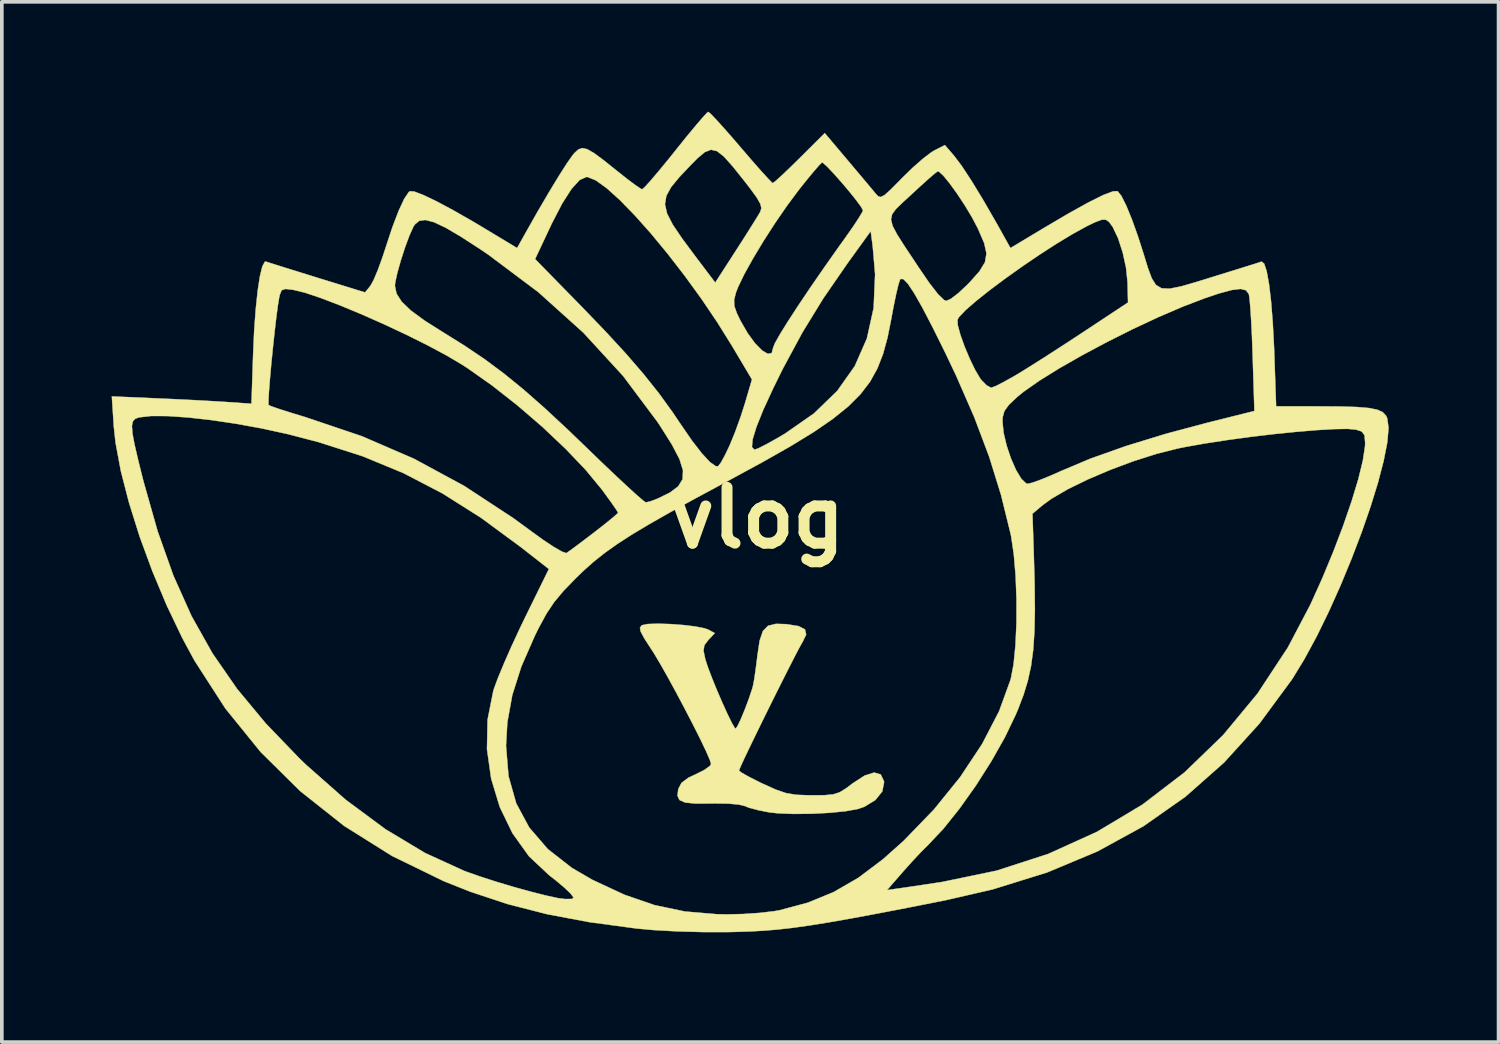
<source format=kicad_pcb>
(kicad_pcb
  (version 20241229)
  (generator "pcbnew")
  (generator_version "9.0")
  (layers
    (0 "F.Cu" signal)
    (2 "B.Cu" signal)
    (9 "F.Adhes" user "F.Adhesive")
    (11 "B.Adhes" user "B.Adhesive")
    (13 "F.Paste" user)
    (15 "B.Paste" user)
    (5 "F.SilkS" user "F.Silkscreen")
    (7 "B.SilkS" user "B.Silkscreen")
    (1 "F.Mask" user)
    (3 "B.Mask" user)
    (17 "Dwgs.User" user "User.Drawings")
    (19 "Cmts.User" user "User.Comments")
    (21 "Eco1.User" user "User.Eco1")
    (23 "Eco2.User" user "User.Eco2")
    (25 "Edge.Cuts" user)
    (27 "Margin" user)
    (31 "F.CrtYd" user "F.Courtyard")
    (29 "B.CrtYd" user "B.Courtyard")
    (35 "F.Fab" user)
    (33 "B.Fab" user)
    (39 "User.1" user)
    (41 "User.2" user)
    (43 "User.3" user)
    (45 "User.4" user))
  (footprint "vlog"
    (layer "F.Cu")
    (at 17.642 11.096)
    (property "Reference" "vlog" (at 0 0 0) (layer "F.SilkS") (effects (font (size 1.524 1.524) (thickness 0.3))))
    (attr through_hole)
    (fp_poly (pts (xy -2.385 2.899) (xy -2.025 2.926) (xy -1.695 2.966) (xy -1.444 3.016) (xy -1.352 3.049) (xy -1.169 3.147) (xy -1.345 3.334) (xy -1.454 3.478) (xy -1.477 3.628) (xy -1.429 3.856) (xy -1.358 4.076) (xy -1.245 4.373) (xy -1.108 4.71) (xy -0.961 5.051) (xy -0.82 5.36) (xy -0.702 5.602) (xy -0.621 5.739) (xy -0.6 5.757) (xy -0.548 5.685) (xy -0.458 5.497) (xy -0.351 5.239) (xy -0.244 4.956) (xy -0.155 4.692) (xy -0.128 4.601) (xy -0.095 4.43) (xy -0.053 4.148) (xy -0.01 3.81) (xy -0.004 3.759) (xy 0.056 3.353) (xy 0.145 3.091) (xy 0.286 2.946) (xy 0.504 2.893) (xy 0.788 2.902) (xy 1.119 2.955) (xy 1.295 3.045) (xy 1.327 3.185) (xy 1.24 3.367) (xy 1.164 3.501) (xy 1.032 3.751) (xy 0.858 4.092) (xy 0.654 4.496) (xy 0.433 4.938) (xy 0.209 5.391) (xy -0.005 5.829) (xy -0.197 6.224) (xy -0.354 6.552) (xy -0.461 6.785) (xy -0.507 6.898) (xy -0.508 6.902) (xy -0.437 6.958) (xy -0.247 7.065) (xy 0.026 7.204) (xy 0.148 7.263) (xy 0.501 7.422) (xy 0.777 7.516) (xy 1.048 7.562) (xy 1.387 7.576) (xy 1.49 7.576) (xy 1.836 7.573) (xy 2.07 7.55) (xy 2.247 7.492) (xy 2.424 7.381) (xy 2.588 7.256) (xy 2.921 7.039) (xy 3.183 6.955) (xy 3.363 7.006) (xy 3.452 7.191) (xy 3.456 7.216) (xy 3.406 7.472) (xy 3.217 7.706) (xy 2.918 7.889) (xy 2.74 7.95) (xy 2.412 8.01) (xy 1.973 8.054) (xy 1.478 8.08) (xy 0.984 8.085) (xy 0.549 8.067) (xy 0.318 8.042) (xy 0.018 7.983) (xy -0.235 7.915) (xy -0.343 7.871) (xy -0.513 7.829) (xy -0.805 7.803) (xy -1.175 7.798) (xy -1.276 7.8) (xy -1.699 7.802) (xy -1.978 7.774) (xy -2.133 7.705) (xy -2.188 7.586) (xy -2.166 7.406) (xy -2.078 7.237) (xy -1.886 7.094) (xy -1.689 7.002) (xy -1.456 6.885) (xy -1.303 6.775) (xy -1.27 6.72) (xy -1.309 6.596) (xy -1.416 6.352) (xy -1.577 6.017) (xy -1.777 5.619) (xy -2.002 5.187) (xy -2.235 4.747) (xy -2.464 4.329) (xy -2.673 3.961) (xy -2.847 3.67) (xy -2.907 3.579) (xy -3.094 3.29) (xy -3.192 3.107) (xy -3.213 3) (xy -3.168 2.938) (xy -3.155 2.93) (xy -3 2.898) (xy -2.727 2.889) (xy -2.385 2.899)) (stroke (width 0.01) (type solid)) (fill yes) (layer "F.SilkS"))
    (fp_poly (pts (xy -1.274 -11.03) (xy -1.114 -10.862) (xy -0.885 -10.608) (xy -0.609 -10.292) (xy -0.46 -10.118) (xy -0.169 -9.779) (xy 0.083 -9.492) (xy 0.278 -9.278) (xy 0.393 -9.16) (xy 0.415 -9.144) (xy 0.49 -9.2) (xy 0.659 -9.353) (xy 0.895 -9.578) (xy 1.149 -9.827) (xy 1.835 -10.51) (xy 2.463 -9.766) (xy 2.727 -9.452) (xy 2.964 -9.171) (xy 3.143 -8.957) (xy 3.228 -8.854) (xy 3.296 -8.783) (xy 3.366 -8.765) (xy 3.466 -8.816) (xy 3.621 -8.954) (xy 3.858 -9.192) (xy 3.948 -9.284) (xy 4.233 -9.563) (xy 4.512 -9.808) (xy 4.741 -9.983) (xy 4.823 -10.033) (xy 5.116 -10.183) (xy 5.373 -9.884) (xy 5.575 -9.616) (xy 5.842 -9.21) (xy 6.165 -8.679) (xy 6.535 -8.037) (xy 6.66 -7.813) (xy 6.907 -7.371) (xy 7.835 -7.928) (xy 8.508 -8.324) (xy 9.046 -8.622) (xy 9.447 -8.821) (xy 9.711 -8.92) (xy 9.834 -8.924) (xy 9.936 -8.796) (xy 10.07 -8.529) (xy 10.226 -8.149) (xy 10.393 -7.681) (xy 10.541 -7.219) (xy 10.661 -6.828) (xy 10.766 -6.545) (xy 10.881 -6.363) (xy 11.035 -6.272) (xy 11.253 -6.261) (xy 11.561 -6.322) (xy 11.987 -6.445) (xy 12.377 -6.566) (xy 12.823 -6.704) (xy 13.215 -6.826) (xy 13.523 -6.922) (xy 13.717 -6.984) (xy 13.766 -7.001) (xy 13.837 -6.945) (xy 13.906 -6.736) (xy 13.969 -6.388) (xy 14.025 -5.917) (xy 14.071 -5.337) (xy 14.107 -4.664) (xy 14.114 -4.466) (xy 14.163 -3.048) (xy 15.315 -3.047) (xy 15.917 -3.043) (xy 16.372 -3.029) (xy 16.701 -3.001) (xy 16.928 -2.955) (xy 17.075 -2.888) (xy 17.163 -2.796) (xy 17.198 -2.723) (xy 17.234 -2.456) (xy 17.199 -2.06) (xy 17.1 -1.557) (xy 16.946 -0.966) (xy 16.743 -0.309) (xy 16.499 0.394) (xy 16.222 1.12) (xy 15.92 1.851) (xy 15.6 2.564) (xy 15.27 3.239) (xy 14.937 3.854) (xy 14.61 4.39) (xy 14.588 4.422) (xy 13.705 5.62) (xy 12.741 6.682) (xy 11.687 7.614) (xy 10.537 8.422) (xy 9.28 9.11) (xy 7.91 9.683) (xy 6.418 10.147) (xy 5.122 10.445) (xy 4.13 10.641) (xy 3.284 10.804) (xy 2.564 10.938) (xy 1.949 11.046) (xy 1.421 11.131) (xy 0.958 11.196) (xy 0.542 11.243) (xy 0.152 11.275) (xy -0.232 11.296) (xy -0.629 11.308) (xy -0.804 11.312) (xy -1.49 11.312) (xy -2.19 11.293) (xy -2.84 11.257) (xy -3.301 11.215) (xy -4.59 11.042) (xy -5.752 10.823) (xy -6.825 10.548) (xy -7.848 10.209) (xy -8.574 9.92) (xy -9.986 9.232) (xy -11.293 8.412) (xy -12.49 7.464) (xy -13.573 6.394) (xy -14.537 5.204) (xy -15.378 3.9) (xy -15.709 3.288) (xy -16.139 2.389) (xy -16.532 1.451) (xy -16.879 0.507) (xy -17.168 -0.414) (xy -17.391 -1.278) (xy -17.536 -2.055) (xy -17.585 -2.511) (xy -17.089 -2.511) (xy -17.075 -2.314) (xy -17.021 -2.022) (xy -16.926 -1.611) (xy -16.789 -1.061) (xy -16.771 -0.992) (xy -16.388 0.36) (xy -15.957 1.574) (xy -15.462 2.678) (xy -14.888 3.7) (xy -14.217 4.669) (xy -13.433 5.613) (xy -12.521 6.561) (xy -12.327 6.748) (xy -11.249 7.699) (xy -10.163 8.503) (xy -9.08 9.153) (xy -8.01 9.642) (xy -7.959 9.661) (xy -7.569 9.798) (xy -7.119 9.943) (xy -6.645 10.084) (xy -6.184 10.211) (xy -5.774 10.315) (xy -5.451 10.385) (xy -5.257 10.41) (xy -5.068 10.407) (xy -5.025 10.369) (xy -5.102 10.267) (xy -5.125 10.242) (xy -5.278 10.097) (xy -5.509 9.902) (xy -5.698 9.755) (xy -6.244 9.242) (xy -6.695 8.612) (xy -7.042 7.896) (xy -7.277 7.12) (xy -7.391 6.316) (xy -7.389 6.224) (xy -6.871 6.224) (xy -6.803 7.051) (xy -6.593 7.794) (xy -6.237 8.456) (xy -5.732 9.043) (xy -5.074 9.558) (xy -4.512 9.885) (xy -3.635 10.293) (xy -2.809 10.577) (xy -1.984 10.75) (xy -1.111 10.824) (xy -0.847 10.829) (xy -0.397 10.819) (xy 0.061 10.788) (xy 0.458 10.741) (xy 0.608 10.714) (xy 1.376 10.508) (xy 2.079 10.219) (xy 2.172 10.165) (xy 3.535 10.165) (xy 3.905 10.113) (xy 4.163 10.075) (xy 4.522 10.022) (xy 4.917 9.962) (xy 5.038 9.944) (xy 6.527 9.635) (xy 7.94 9.177) (xy 9.271 8.573) (xy 10.514 7.829) (xy 11.663 6.949) (xy 12.711 5.937) (xy 13.654 4.799) (xy 14.484 3.538) (xy 15.099 2.368) (xy 15.424 1.648) (xy 15.726 0.92) (xy 15.996 0.21) (xy 16.226 -0.458) (xy 16.408 -1.058) (xy 16.532 -1.565) (xy 16.591 -1.954) (xy 16.595 -2.046) (xy 16.578 -2.258) (xy 16.499 -2.362) (xy 16.343 -2.412) (xy 16.115 -2.432) (xy 15.748 -2.426) (xy 15.27 -2.398) (xy 14.71 -2.351) (xy 14.097 -2.289) (xy 13.458 -2.213) (xy 12.822 -2.126) (xy 12.218 -2.033) (xy 11.672 -1.936) (xy 11.484 -1.898) (xy 10.903 -1.752) (xy 10.274 -1.552) (xy 9.636 -1.314) (xy 9.025 -1.054) (xy 8.478 -0.787) (xy 8.033 -0.528) (xy 7.797 -0.357) (xy 7.508 -0.115) (xy 7.543 0.937) (xy 7.567 1.793) (xy 7.574 2.507) (xy 7.562 3.103) (xy 7.528 3.607) (xy 7.469 4.046) (xy 7.382 4.445) (xy 7.265 4.83) (xy 7.114 5.226) (xy 7.052 5.373) (xy 6.757 5.988) (xy 6.384 6.648) (xy 5.961 7.313) (xy 5.514 7.942) (xy 5.072 8.494) (xy 4.662 8.928) (xy 4.658 8.932) (xy 4.463 9.127) (xy 4.214 9.393) (xy 3.962 9.674) (xy 3.961 9.676) (xy 3.535 10.165) (xy 2.172 10.165) (xy 2.753 9.829) (xy 3.431 9.318) (xy 3.994 8.815) (xy 4.817 7.964) (xy 5.535 7.077) (xy 6.132 6.177) (xy 6.596 5.282) (xy 6.911 4.416) (xy 6.915 4.403) (xy 6.992 4.001) (xy 7.044 3.475) (xy 7.071 2.869) (xy 7.072 2.224) (xy 7.048 1.584) (xy 6.998 0.993) (xy 6.924 0.494) (xy 6.911 0.433) (xy 6.65 -0.626) (xy 6.326 -1.671) (xy 5.964 -2.631) (xy 6.689 -2.631) (xy 6.72 -2.323) (xy 6.803 -1.974) (xy 6.921 -1.623) (xy 7.06 -1.308) (xy 7.204 -1.068) (xy 7.337 -0.941) (xy 7.378 -0.931) (xy 7.519 -0.966) (xy 7.77 -1.058) (xy 8.088 -1.191) (xy 8.275 -1.275) (xy 9.101 -1.623) (xy 10.074 -1.967) (xy 11.168 -2.302) (xy 12.267 -2.595) (xy 13.57 -2.921) (xy 13.522 -4.445) (xy 13.504 -4.945) (xy 13.482 -5.393) (xy 13.458 -5.758) (xy 13.435 -6.012) (xy 13.417 -6.117) (xy 13.339 -6.218) (xy 13.192 -6.255) (xy 12.954 -6.226) (xy 12.602 -6.131) (xy 12.22 -6.002) (xy 11.614 -5.771) (xy 10.947 -5.484) (xy 10.247 -5.157) (xy 9.543 -4.804) (xy 8.864 -4.442) (xy 8.24 -4.086) (xy 7.7 -3.75) (xy 7.272 -3.451) (xy 7.091 -3.304) (xy 6.863 -3.088) (xy 6.741 -2.92) (xy 6.694 -2.748) (xy 6.689 -2.631) (xy 5.964 -2.631) (xy 5.923 -2.741) (xy 5.427 -3.877) (xy 5.117 -4.53) (xy 4.778 -5.213) (xy 4.674 -5.413) (xy 5.459 -5.413) (xy 5.469 -5.26) (xy 5.539 -5.002) (xy 5.653 -4.683) (xy 5.794 -4.348) (xy 5.942 -4.042) (xy 6.081 -3.808) (xy 6.109 -3.771) (xy 6.256 -3.621) (xy 6.377 -3.556) (xy 6.38 -3.556) (xy 6.495 -3.597) (xy 6.714 -3.708) (xy 6.997 -3.866) (xy 7.115 -3.935) (xy 7.411 -4.118) (xy 7.805 -4.367) (xy 8.255 -4.657) (xy 8.718 -4.959) (xy 8.932 -5.1) (xy 10.118 -5.884) (xy 10.105 -6.435) (xy 10.065 -6.829) (xy 9.974 -7.247) (xy 9.847 -7.638) (xy 9.701 -7.947) (xy 9.599 -8.085) (xy 9.512 -8.145) (xy 9.4 -8.145) (xy 9.218 -8.077) (xy 8.991 -7.967) (xy 8.608 -7.757) (xy 8.169 -7.492) (xy 7.699 -7.188) (xy 7.219 -6.862) (xy 6.755 -6.531) (xy 6.327 -6.211) (xy 5.961 -5.919) (xy 5.679 -5.673) (xy 5.503 -5.488) (xy 5.459 -5.413) (xy 4.674 -5.413) (xy 4.5 -5.747) (xy 4.277 -6.139) (xy 4.107 -6.395) (xy 3.984 -6.522) (xy 3.905 -6.528) (xy 3.89 -6.508) (xy 3.847 -6.376) (xy 3.785 -6.116) (xy 3.713 -5.768) (xy 3.65 -5.428) (xy 3.549 -4.924) (xy 3.428 -4.48) (xy 3.273 -4.083) (xy 3.072 -3.72) (xy 2.81 -3.378) (xy 2.476 -3.044) (xy 2.056 -2.705) (xy 1.537 -2.348) (xy 0.905 -1.961) (xy 0.148 -1.531) (xy -0.748 -1.044) (xy -0.889 -0.968) (xy -1.707 -0.528) (xy -2.392 -0.152) (xy -2.963 0.173) (xy -3.437 0.457) (xy -3.833 0.713) (xy -4.169 0.952) (xy -4.465 1.186) (xy -4.738 1.428) (xy -4.963 1.645) (xy -5.301 1.994) (xy -5.554 2.297) (xy -5.766 2.614) (xy -5.977 3.003) (xy -6.083 3.217) (xy -6.452 4.059) (xy -6.699 4.835) (xy -6.835 5.585) (xy -6.871 6.224) (xy -7.389 6.224) (xy -7.375 5.512) (xy -7.221 4.736) (xy -7.199 4.664) (xy -7.092 4.373) (xy -6.926 3.973) (xy -6.72 3.505) (xy -6.491 3.012) (xy -6.35 2.719) (xy -5.7 1.396) (xy -6.47 0.794) (xy -7.556 -0.005) (xy -8.61 -0.671) (xy -9.673 -1.224) (xy -10.784 -1.683) (xy -11.986 -2.069) (xy -12.827 -2.288) (xy -13.521 -2.44) (xy -14.224 -2.569) (xy -14.909 -2.671) (xy -15.546 -2.743) (xy -16.107 -2.782) (xy -16.564 -2.784) (xy -16.888 -2.747) (xy -16.912 -2.741) (xy -17.006 -2.703) (xy -17.065 -2.633) (xy -17.089 -2.511) (xy -17.585 -2.511) (xy -17.586 -2.527) (xy -17.637 -3.319) (xy -16.417 -3.266) (xy -15.906 -3.243) (xy -15.386 -3.217) (xy -14.914 -3.191) (xy -14.546 -3.169) (xy -14.511 -3.166) (xy -13.823 -3.119) (xy -13.821 -3.204) (xy -13.36 -3.204) (xy -13.357 -3.087) (xy -13.355 -3.082) (xy -13.261 -3.042) (xy -13.037 -2.965) (xy -12.717 -2.864) (xy -12.335 -2.748) (xy -12.328 -2.745) (xy -10.803 -2.23) (xy -9.379 -1.613) (xy -8.017 -0.876) (xy -6.679 0.001) (xy -6.193 0.356) (xy -5.857 0.6) (xy -5.565 0.793) (xy -5.346 0.919) (xy -5.227 0.961) (xy -5.22 0.959) (xy -5.113 0.885) (xy -4.908 0.733) (xy -4.638 0.529) (xy -4.466 0.398) (xy -4.187 0.18) (xy -3.967 0.002) (xy -3.835 -0.113) (xy -3.81 -0.142) (xy -3.857 -0.222) (xy -3.983 -0.404) (xy -4.165 -0.656) (xy -4.263 -0.788) (xy -4.697 -1.314) (xy -5.246 -1.889) (xy -5.877 -2.486) (xy -6.557 -3.072) (xy -7.252 -3.618) (xy -7.928 -4.094) (xy -8.063 -4.181) (xy -8.488 -4.434) (xy -9.006 -4.711) (xy -9.585 -5) (xy -10.197 -5.287) (xy -10.81 -5.559) (xy -11.395 -5.802) (xy -11.922 -6.004) (xy -12.36 -6.151) (xy -12.679 -6.229) (xy -12.895 -6.255) (xy -13.001 -6.218) (xy -13.052 -6.089) (xy -13.067 -6.018) (xy -13.104 -5.794) (xy -13.147 -5.467) (xy -13.193 -5.071) (xy -13.239 -4.638) (xy -13.283 -4.201) (xy -13.319 -3.795) (xy -13.346 -3.452) (xy -13.36 -3.204) (xy -13.821 -3.204) (xy -13.779 -4.46) (xy -13.75 -5.115) (xy -13.707 -5.702) (xy -13.654 -6.202) (xy -13.594 -6.596) (xy -13.528 -6.867) (xy -13.46 -6.995) (xy -13.428 -7.001) (xy -13.319 -6.965) (xy -13.077 -6.889) (xy -12.733 -6.781) (xy -12.316 -6.652) (xy -12.028 -6.562) (xy -10.721 -6.159) (xy -10.573 -6.341) (xy -10.573 -6.342) (xy -9.906 -6.342) (xy -9.862 -6.127) (xy -9.721 -5.906) (xy -9.468 -5.663) (xy -9.087 -5.384) (xy -8.588 -5.069) (xy -7.999 -4.702) (xy -7.455 -4.335) (xy -6.93 -3.945) (xy -6.396 -3.51) (xy -5.826 -3.009) (xy -5.19 -2.418) (xy -4.682 -1.929) (xy -4.259 -1.52) (xy -3.873 -1.154) (xy -3.542 -0.845) (xy -3.284 -0.61) (xy -3.114 -0.465) (xy -3.052 -0.423) (xy -2.922 -0.454) (xy -2.734 -0.525) (xy -2.397 -0.69) (xy -2.168 -0.861) (xy -2.048 -1.057) (xy -2.037 -1.3) (xy -2.134 -1.609) (xy -2.34 -2.003) (xy -2.655 -2.503) (xy -2.736 -2.625) (xy -3.672 -3.876) (xy -4.758 -5.059) (xy -5.988 -6.166) (xy -7.193 -7.07) (xy -6.077 -7.07) (xy -4.834 -5.8) (xy -4.16 -5.1) (xy -3.594 -4.485) (xy -3.114 -3.929) (xy -2.697 -3.406) (xy -2.324 -2.891) (xy -2.108 -2.57) (xy -1.797 -2.118) (xy -1.524 -1.765) (xy -1.302 -1.525) (xy -1.141 -1.412) (xy -1.077 -1.412) (xy -1.002 -1.51) (xy -0.888 -1.719) (xy -0.785 -1.934) (xy -0.154 -1.934) (xy -0.085 -1.863) (xy 0.028 -1.904) (xy 0.248 -2.016) (xy 0.54 -2.179) (xy 0.75 -2.303) (xy 1.54 -2.854) (xy 2.174 -3.467) (xy 2.655 -4.147) (xy 2.986 -4.902) (xy 3.17 -5.735) (xy 3.21 -6.655) (xy 3.146 -7.408) (xy 3.09 -7.832) (xy 2.448 -6.943) (xy 1.793 -5.993) (xy 1.222 -5.062) (xy 0.691 -4.077) (xy 0.427 -3.542) (xy 0.156 -2.953) (xy -0.032 -2.484) (xy -0.136 -2.143) (xy -0.154 -1.934) (xy -0.785 -1.934) (xy -0.763 -1.98) (xy -0.617 -2.336) (xy -0.463 -2.761) (xy -0.342 -3.139) (xy -0.153 -3.781) (xy -0.703 -4.706) (xy -1.101 -5.344) (xy -1.515 -5.957) (xy -0.641 -5.957) (xy -0.636 -5.79) (xy -0.565 -5.588) (xy -0.466 -5.384) (xy -0.269 -5.042) (xy -0.067 -4.767) (xy 0.122 -4.575) (xy 0.28 -4.481) (xy 0.386 -4.502) (xy 0.423 -4.642) (xy 0.471 -4.767) (xy 0.608 -5.011) (xy 0.822 -5.356) (xy 1.102 -5.787) (xy 1.436 -6.284) (xy 1.814 -6.832) (xy 2.223 -7.412) (xy 2.397 -7.654) (xy 2.603 -7.948) (xy 2.738 -8.152) (xy 3.644 -8.152) (xy 3.687 -7.979) (xy 3.807 -7.749) (xy 4.007 -7.434) (xy 4.29 -7.009) (xy 4.375 -6.879) (xy 4.689 -6.42) (xy 4.929 -6.11) (xy 5.095 -5.95) (xy 5.155 -5.927) (xy 5.282 -5.985) (xy 5.484 -6.14) (xy 5.721 -6.361) (xy 5.787 -6.428) (xy 6.059 -6.734) (xy 6.211 -6.983) (xy 6.252 -7.224) (xy 6.189 -7.507) (xy 6.028 -7.881) (xy 6.012 -7.916) (xy 5.855 -8.213) (xy 5.661 -8.536) (xy 5.452 -8.853) (xy 5.249 -9.134) (xy 5.076 -9.346) (xy 4.954 -9.458) (xy 4.918 -9.467) (xy 4.831 -9.401) (xy 4.65 -9.244) (xy 4.404 -9.022) (xy 4.197 -8.83) (xy 3.955 -8.608) (xy 3.781 -8.439) (xy 3.676 -8.297) (xy 3.644 -8.152) (xy 2.738 -8.152) (xy 2.765 -8.193) (xy 2.862 -8.357) (xy 2.879 -8.401) (xy 2.827 -8.498) (xy 2.693 -8.681) (xy 2.504 -8.916) (xy 2.29 -9.169) (xy 2.079 -9.407) (xy 1.902 -9.594) (xy 1.786 -9.698) (xy 1.761 -9.709) (xy 1.688 -9.64) (xy 1.536 -9.465) (xy 1.326 -9.211) (xy 1.115 -8.946) (xy 0.804 -8.527) (xy 0.479 -8.055) (xy 0.162 -7.563) (xy -0.126 -7.084) (xy -0.365 -6.654) (xy -0.533 -6.305) (xy -0.591 -6.155) (xy -0.641 -5.957) (xy -1.515 -5.957) (xy -1.534 -5.985) (xy -1.99 -6.613) (xy -2.454 -7.213) (xy -2.912 -7.768) (xy -3.352 -8.262) (xy -3.649 -8.567) (xy -2.53 -8.567) (xy -2.472 -8.313) (xy -2.318 -8.012) (xy -2.064 -7.636) (xy -1.709 -7.158) (xy -1.624 -7.045) (xy -1.156 -6.427) (xy -0.587 -7.309) (xy -0.359 -7.664) (xy -0.159 -7.981) (xy -0.007 -8.225) (xy 0.074 -8.361) (xy 0.074 -8.362) (xy 0.103 -8.459) (xy 0.077 -8.577) (xy -0.02 -8.747) (xy -0.202 -8.998) (xy -0.357 -9.198) (xy -0.675 -9.596) (xy -0.916 -9.867) (xy -1.107 -10.018) (xy -1.274 -10.057) (xy -1.442 -9.991) (xy -1.637 -9.828) (xy -1.832 -9.631) (xy -2.141 -9.304) (xy -2.362 -9.035) (xy -2.492 -8.798) (xy -2.53 -8.567) (xy -3.649 -8.567) (xy -3.758 -8.679) (xy -4.118 -9.004) (xy -4.417 -9.22) (xy -4.643 -9.311) (xy -4.672 -9.313) (xy -4.858 -9.232) (xy -5.081 -8.988) (xy -5.337 -8.588) (xy -5.624 -8.033) (xy -5.659 -7.958) (xy -6.077 -7.07) (xy -7.193 -7.07) (xy -7.353 -7.19) (xy -7.578 -7.342) (xy -8.108 -7.685) (xy -8.523 -7.929) (xy -8.84 -8.078) (xy -9.074 -8.138) (xy -9.243 -8.114) (xy -9.364 -8.012) (xy -9.404 -7.948) (xy -9.511 -7.709) (xy -9.631 -7.384) (xy -9.746 -7.028) (xy -9.84 -6.693) (xy -9.897 -6.433) (xy -9.906 -6.342) (xy -10.573 -6.342) (xy -10.487 -6.497) (xy -10.372 -6.771) (xy -10.244 -7.122) (xy -10.157 -7.389) (xy -9.974 -7.943) (xy -9.802 -8.391) (xy -9.651 -8.716) (xy -9.527 -8.899) (xy -9.498 -8.923) (xy -9.374 -8.913) (xy -9.125 -8.818) (xy -8.768 -8.647) (xy -8.319 -8.407) (xy -7.796 -8.109) (xy -7.496 -7.93) (xy -6.568 -7.371) (xy -6.321 -7.813) (xy -6 -8.38) (xy -5.698 -8.895) (xy -5.43 -9.337) (xy -5.209 -9.683) (xy -5.048 -9.912) (xy -4.998 -9.97) (xy -4.895 -10.064) (xy -4.788 -10.101) (xy -4.655 -10.072) (xy -4.468 -9.965) (xy -4.204 -9.77) (xy -3.836 -9.475) (xy -3.832 -9.472) (xy -3.558 -9.255) (xy -3.332 -9.086) (xy -3.186 -8.989) (xy -3.153 -8.975) (xy -3.08 -9.038) (xy -2.922 -9.212) (xy -2.699 -9.475) (xy -2.429 -9.803) (xy -2.245 -10.033) (xy -1.957 -10.392) (xy -1.704 -10.698) (xy -1.505 -10.931) (xy -1.38 -11.066) (xy -1.347 -11.091) (xy -1.274 -11.03)) (stroke (width 0.01) (type solid)) (fill yes) (layer "F.SilkS")))
  (gr_rect
    (start -3 -3)
    (end 37.881 25.413)
    (stroke (width 0.1) (type default))
    (fill no)
    (layer "Edge.Cuts")))
</source>
